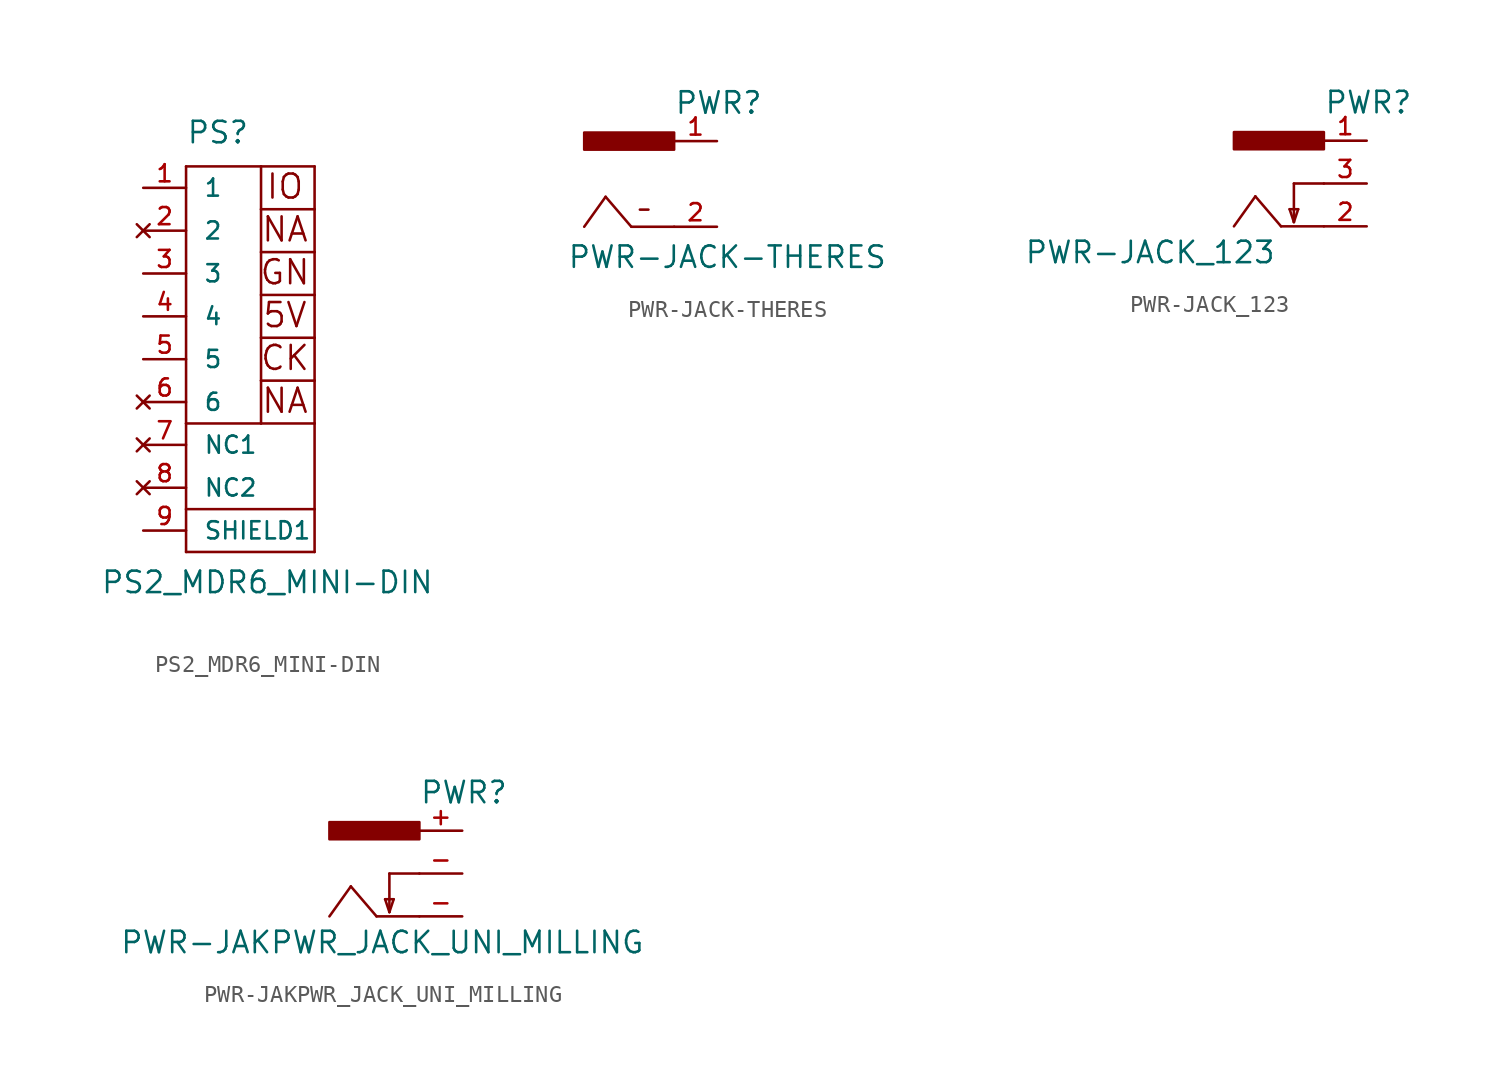
<source format=kicad_sym>
(kicad_symbol_lib
  (version 20211014)
  (generator kicad_symbol_editor)
  (symbol "PS2_MDR6_MINI-DIN"
    (pin_names
      (offset 1.016))
    (property "Reference" "PS"
      (at -2.54 12.7 0)
      (effects (font (size 1.27 1.27)) (justify left bottom)))
    (property "Value" "PS2_MDR6_MINI-DIN"
      (at -7.62 -13.97 0)
      (effects (font (size 1.27 1.27)) (justify left bottom)))
    (property "Datasheet" ""
      (at 0 0 0)
      (effects (font (size 1.524 1.524))))
    (property "ki_locked" ""
      (at 0 0 0)
      (effects (font (size 1.27 1.27))))
    (symbol "PS2_MDR6_MINI-DIN_1_0"
      (polyline (pts (xy -2.54 -11.43) (xy 5.08 -11.43)) (stroke (width 0) (type default) (color 0 0 0 0)) (fill (type none)))
      (polyline (pts (xy -2.54 -8.89) (xy -2.54 -11.43)) (stroke (width 0) (type default) (color 0 0 0 0)) (fill (type none)))
      (polyline (pts (xy -2.54 -8.89) (xy 5.08 -8.89)) (stroke (width 0) (type default) (color 0 0 0 0)) (fill (type none)))
      (polyline (pts (xy -2.54 -3.81) (xy -2.54 -8.89)) (stroke (width 0) (type default) (color 0 0 0 0)) (fill (type none)))
      (polyline (pts (xy -2.54 -3.81) (xy 1.905 -3.81)) (stroke (width 0) (type default) (color 0 0 0 0)) (fill (type none)))
      (polyline (pts (xy -2.54 11.43) (xy -2.54 -3.81)) (stroke (width 0) (type default) (color 0 0 0 0)) (fill (type none)))
      (polyline (pts (xy 1.905 -3.81) (xy 5.08 -3.81)) (stroke (width 0) (type default) (color 0 0 0 0)) (fill (type none)))
      (polyline (pts (xy 1.905 -1.27) (xy 1.905 -3.81)) (stroke (width 0) (type default) (color 0 0 0 0)) (fill (type none)))
      (polyline (pts (xy 1.905 -1.27) (xy 5.08 -1.27)) (stroke (width 0) (type default) (color 0 0 0 0)) (fill (type none)))
      (polyline (pts (xy 1.905 1.27) (xy 1.905 -1.27)) (stroke (width 0) (type default) (color 0 0 0 0)) (fill (type none)))
      (polyline (pts (xy 1.905 1.27) (xy 5.08 1.27)) (stroke (width 0) (type default) (color 0 0 0 0)) (fill (type none)))
      (polyline (pts (xy 1.905 3.81) (xy 1.905 1.27)) (stroke (width 0) (type default) (color 0 0 0 0)) (fill (type none)))
      (polyline (pts (xy 1.905 3.81) (xy 5.08 3.81)) (stroke (width 0) (type default) (color 0 0 0 0)) (fill (type none)))
      (polyline (pts (xy 1.905 6.35) (xy 1.905 3.81)) (stroke (width 0) (type default) (color 0 0 0 0)) (fill (type none)))
      (polyline (pts (xy 1.905 6.35) (xy 5.08 6.35)) (stroke (width 0) (type default) (color 0 0 0 0)) (fill (type none)))
      (polyline (pts (xy 1.905 8.89) (xy 1.905 6.35)) (stroke (width 0) (type default) (color 0 0 0 0)) (fill (type none)))
      (polyline (pts (xy 1.905 8.89) (xy 5.08 8.89)) (stroke (width 0) (type default) (color 0 0 0 0)) (fill (type none)))
      (polyline (pts (xy 1.905 11.43) (xy -2.54 11.43)) (stroke (width 0) (type default) (color 0 0 0 0)) (fill (type none)))
      (polyline (pts (xy 1.905 11.43) (xy 1.905 8.89)) (stroke (width 0) (type default) (color 0 0 0 0)) (fill (type none)))
      (polyline (pts (xy 5.08 -11.43) (xy 5.08 -8.89)) (stroke (width 0) (type default) (color 0 0 0 0)) (fill (type none)))
      (polyline (pts (xy 5.08 -8.89) (xy 5.08 -3.81)) (stroke (width 0) (type default) (color 0 0 0 0)) (fill (type none)))
      (polyline (pts (xy 5.08 -3.81) (xy 5.08 -1.27)) (stroke (width 0) (type default) (color 0 0 0 0)) (fill (type none)))
      (polyline (pts (xy 5.08 -1.27) (xy 5.08 1.27)) (stroke (width 0) (type default) (color 0 0 0 0)) (fill (type none)))
      (polyline (pts (xy 5.08 1.27) (xy 5.08 3.81)) (stroke (width 0) (type default) (color 0 0 0 0)) (fill (type none)))
      (polyline (pts (xy 5.08 3.81) (xy 5.08 6.35)) (stroke (width 0) (type default) (color 0 0 0 0)) (fill (type none)))
      (polyline (pts (xy 5.08 6.35) (xy 5.08 8.89)) (stroke (width 0) (type default) (color 0 0 0 0)) (fill (type none)))
      (polyline (pts (xy 5.08 8.89) (xy 5.08 11.43)) (stroke (width 0) (type default) (color 0 0 0 0)) (fill (type none)))
      (polyline (pts (xy 5.08 11.43) (xy 1.905 11.43)) (stroke (width 0) (type default) (color 0 0 0 0)) (fill (type none)))
      (text "5V" (at 3.327 2.616 0) (effects (font (size 1.422 1.422))))
      (text "CK" (at 3.327 0.076 0) (effects (font (size 1.422 1.422))))
      (text "GN" (at 3.327 5.156 0) (effects (font (size 1.422 1.422))))
      (text "IO" (at 3.327 10.236 0) (effects (font (size 1.422 1.422))))
      (text "NA" (at 3.327 -2.464 0) (effects (font (size 1.422 1.422))))
      (text "NA" (at 3.327 7.696 0) (effects (font (size 1.422 1.422)))))
    (symbol "PS2_MDR6_MINI-DIN_1_1"
      (pin bidirectional line (at -5.08 10.16 0) (length 2.54) (name "1" (effects (font (size 1.016 1.016)))) (number "1" (effects (font (size 1.016 1.016)))))
      (pin no_connect line (at -5.08 7.62 0) (length 2.54) (name "2" (effects (font (size 1.016 1.016)))) (number "2" (effects (font (size 1.016 1.016)))))
      (pin power_in line (at -5.08 5.08 0) (length 2.54) (name "3" (effects (font (size 1.016 1.016)))) (number "3" (effects (font (size 1.016 1.016)))))
      (pin power_in line (at -5.08 2.54 0) (length 2.54) (name "4" (effects (font (size 1.016 1.016)))) (number "4" (effects (font (size 1.016 1.016)))))
      (pin bidirectional line (at -5.08 0 0) (length 2.54) (name "5" (effects (font (size 1.016 1.016)))) (number "5" (effects (font (size 1.016 1.016)))))
      (pin no_connect line (at -5.08 -2.54 0) (length 2.54) (name "6" (effects (font (size 1.016 1.016)))) (number "6" (effects (font (size 1.016 1.016)))))
      (pin no_connect line (at -5.08 -5.08 0) (length 2.54) (name "NC1" (effects (font (size 1.016 1.016)))) (number "7" (effects (font (size 1.016 1.016)))))
      (pin no_connect line (at -5.08 -7.62 0) (length 2.54) (name "NC2" (effects (font (size 1.016 1.016)))) (number "8" (effects (font (size 1.016 1.016)))))
      (pin input line (at -5.08 -10.16 0) (length 2.54) (name "SHIELD1" (effects (font (size 1.016 1.016)))) (number "9" (effects (font (size 1.016 1.016)))))))
  (symbol "PWR-JACK-THERES"
    (pin_names
      (offset 1.016) hide)
    (property "Reference" "PWR"
      (at 2.54 4.064 0)
      (effects (font (size 1.27 1.27)) (justify left bottom)))
    (property "Value" "PWR-JACK-THERES"
      (at -3.81 -5.08 0)
      (effects (font (size 1.27 1.27)) (justify left bottom)))
    (property "Datasheet" ""
      (at 0 0 0)
      (effects (font (size 1.524 1.524))))
    (symbol "PWR-JACK-THERES_1_0"
      (polyline (pts (xy -1.524 -0.762) (xy -2.794 -2.54)) (stroke (width 0) (type default) (color 0 0 0 0)) (fill (type none)))
      (polyline (pts (xy 0 -2.54) (xy -1.524 -0.762)) (stroke (width 0) (type default) (color 0 0 0 0)) (fill (type none)))
      (polyline (pts (xy 0.508 -1.524) (xy 1.016 -1.524)) (stroke (width 0) (type default) (color 0 0 0 0)) (fill (type none)))
      (polyline (pts (xy 2.54 -2.54) (xy 0 -2.54)) (stroke (width 0) (type default) (color 0 0 0 0)) (fill (type none))))
    (symbol "PWR-JACK-THERES_1_1"
      (rectangle (start 2.54 2.032) (end -2.794 3.048) (stroke (width 0) (type default) (color 0 0 0 0)) (fill (type outline)))
      (pin passive line (at 5.08 2.54 180) (length 2.54) (name "+" (effects (font (size 1.016 1.016)))) (number "1" (effects (font (size 1.016 1.016)))))
      (pin passive line (at 5.08 -2.54 180) (length 2.54) (name "-" (effects (font (size 1.016 1.016)))) (number "2" (effects (font (size 1.016 1.016)))))))
  (symbol "PWR-JACK_123"
    (pin_names
      (offset 1.016) hide)
    (property "Reference" "PWR"
      (at 2.54 4.064 0)
      (effects (font (size 1.27 1.27)) (justify left bottom)))
    (property "Value" "PWR-JACK_123"
      (at -15.24 -4.826 0)
      (effects (font (size 1.27 1.27)) (justify left bottom)))
    (property "Datasheet" ""
      (at 0 0 0)
      (effects (font (size 1.524 1.524))))
    (symbol "PWR-JACK_123_1_0"
      (polyline (pts (xy -1.524 -0.762) (xy -2.794 -2.54)) (stroke (width 0) (type default) (color 0 0 0 0)) (fill (type none)))
      (polyline (pts (xy 0 -2.54) (xy -1.524 -0.762)) (stroke (width 0) (type default) (color 0 0 0 0)) (fill (type none)))
      (polyline (pts (xy 0.508 -1.524) (xy 1.016 -1.524)) (stroke (width 0) (type default) (color 0 0 0 0)) (fill (type none)))
      (polyline (pts (xy 0.762 -2.286) (xy 0.508 -1.524)) (stroke (width 0) (type default) (color 0 0 0 0)) (fill (type none)))
      (polyline (pts (xy 0.762 0) (xy 0.762 -2.286)) (stroke (width 0) (type default) (color 0 0 0 0)) (fill (type none)))
      (polyline (pts (xy 1.016 -1.524) (xy 0.762 -2.286)) (stroke (width 0) (type default) (color 0 0 0 0)) (fill (type none)))
      (polyline (pts (xy 2.54 -2.54) (xy 0 -2.54)) (stroke (width 0) (type default) (color 0 0 0 0)) (fill (type none)))
      (polyline (pts (xy 2.54 0) (xy 0.762 0)) (stroke (width 0) (type default) (color 0 0 0 0)) (fill (type none))))
    (symbol "PWR-JACK_123_1_1"
      (rectangle (start 2.54 2.032) (end -2.794 3.048) (stroke (width 0) (type default) (color 0 0 0 0)) (fill (type outline)))
      (pin power_out line (at 5.08 2.54 180) (length 2.54) (name "+" (effects (font (size 1.016 1.016)))) (number "1" (effects (font (size 1.016 1.016)))))
      (pin power_out line (at 5.08 -2.54 180) (length 2.54) (name "-" (effects (font (size 1.016 1.016)))) (number "2" (effects (font (size 1.016 1.016)))))
      (pin passive line (at 5.08 0 180) (length 2.54) (name "-" (effects (font (size 1.016 1.016)))) (number "3" (effects (font (size 1.016 1.016)))))))
  (symbol "PWR-JAKPWR_JACK_UNI_MILLING"
    (pin_names
      (offset 1.016) hide)
    (property "Reference" "PWR"
      (at 2.54 4.064 0)
      (effects (font (size 1.27 1.27)) (justify left bottom)))
    (property "Value" "PWR-JAKPWR_JACK_UNI_MILLING"
      (at -15.24 -4.826 0)
      (effects (font (size 1.27 1.27)) (justify left bottom)))
    (property "Datasheet" ""
      (at 0 0 0)
      (effects (font (size 1.524 1.524))))
    (symbol "PWR-JAKPWR_JACK_UNI_MILLING_1_0"
      (polyline (pts (xy -1.524 -0.762) (xy -2.794 -2.54)) (stroke (width 0) (type default) (color 0 0 0 0)) (fill (type none)))
      (polyline (pts (xy 0 -2.54) (xy -1.524 -0.762)) (stroke (width 0) (type default) (color 0 0 0 0)) (fill (type none)))
      (polyline (pts (xy 0.508 -1.524) (xy 1.016 -1.524)) (stroke (width 0) (type default) (color 0 0 0 0)) (fill (type none)))
      (polyline (pts (xy 0.762 -2.286) (xy 0.508 -1.524)) (stroke (width 0) (type default) (color 0 0 0 0)) (fill (type none)))
      (polyline (pts (xy 0.762 0) (xy 0.762 -2.286)) (stroke (width 0) (type default) (color 0 0 0 0)) (fill (type none)))
      (polyline (pts (xy 1.016 -1.524) (xy 0.762 -2.286)) (stroke (width 0) (type default) (color 0 0 0 0)) (fill (type none)))
      (polyline (pts (xy 2.54 -2.54) (xy 0 -2.54)) (stroke (width 0) (type default) (color 0 0 0 0)) (fill (type none)))
      (polyline (pts (xy 2.54 0) (xy 0.762 0)) (stroke (width 0) (type default) (color 0 0 0 0)) (fill (type none))))
    (symbol "PWR-JAKPWR_JACK_UNI_MILLING_1_1"
      (rectangle (start 2.54 2.032) (end -2.794 3.048) (stroke (width 0) (type default) (color 0 0 0 0)) (fill (type outline)))
      (pin passive line (at 5.08 2.54 180) (length 2.54) (name "+" (effects (font (size 1.016 1.016)))) (number "+" (effects (font (size 1.016 1.016)))))
      (pin passive line (at 5.08 -2.54 180) (length 2.54) (name "-" (effects (font (size 1.016 1.016)))) (number "-" (effects (font (size 1.016 1.016)))))
      (pin passive line (at 5.08 0 180) (length 2.54) (name "-" (effects (font (size 1.016 1.016)))) (number "-" (effects (font (size 1.016 1.016))))))))
</source>
